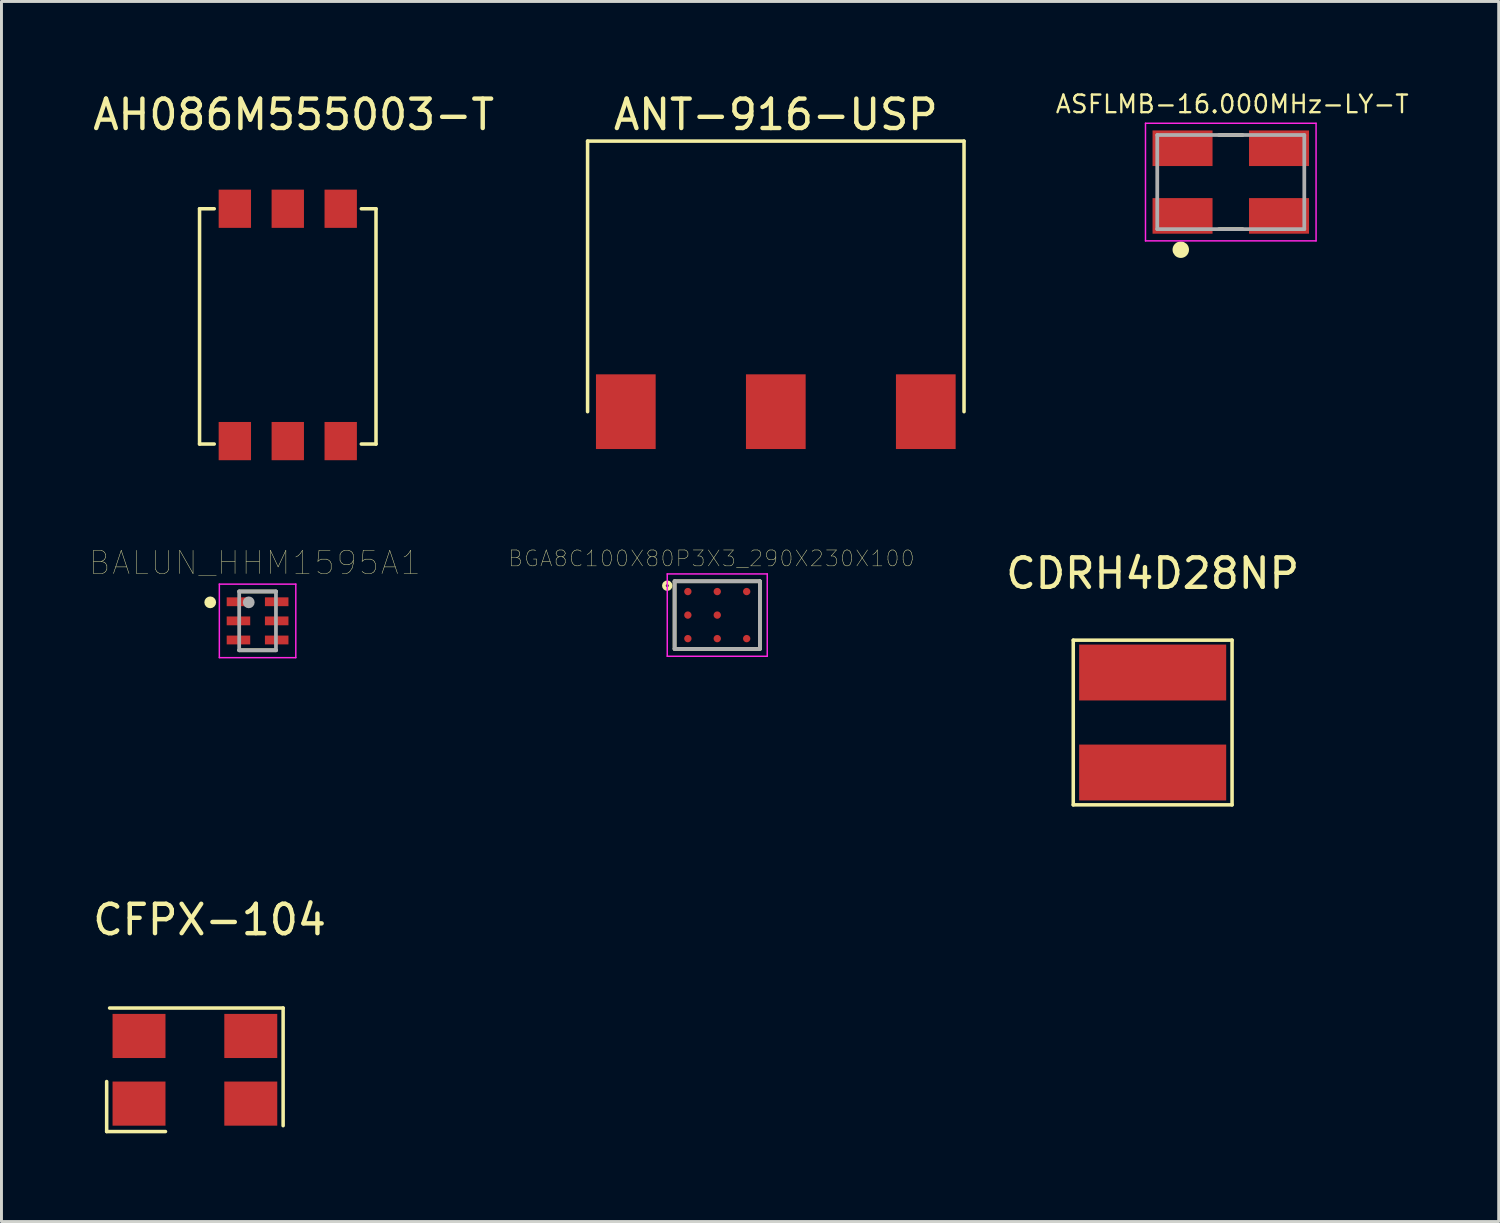
<source format=kicad_pcb>
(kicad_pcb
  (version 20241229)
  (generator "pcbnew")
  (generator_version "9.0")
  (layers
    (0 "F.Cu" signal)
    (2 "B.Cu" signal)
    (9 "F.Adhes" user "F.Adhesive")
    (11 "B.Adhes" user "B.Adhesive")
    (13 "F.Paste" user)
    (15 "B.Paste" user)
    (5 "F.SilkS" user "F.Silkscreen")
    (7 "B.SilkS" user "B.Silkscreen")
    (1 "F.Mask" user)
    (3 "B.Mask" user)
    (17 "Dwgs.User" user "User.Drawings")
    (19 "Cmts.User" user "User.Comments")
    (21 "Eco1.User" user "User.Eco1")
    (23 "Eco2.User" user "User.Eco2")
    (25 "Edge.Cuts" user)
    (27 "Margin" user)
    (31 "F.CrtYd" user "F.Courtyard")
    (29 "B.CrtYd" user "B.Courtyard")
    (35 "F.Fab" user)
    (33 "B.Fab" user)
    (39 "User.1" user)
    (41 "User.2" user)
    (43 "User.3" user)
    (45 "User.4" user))
  (footprint "AH086M555003-T"
    (layer "F.Cu")
    (at 6.735 3.048)
    (property "Reference" "AH086M555003-T" (at 0.2 -2.2 0) (layer "F.SilkS") (effects (font (size 1 1) (thickness 0.15))))
    (attr through_hole)
    (fp_line (start -3 1) (end -3 9) (stroke (width 0.12) (type solid)) (layer "F.SilkS"))
    (fp_line (start -3 9) (end -2.5 9) (stroke (width 0.12) (type solid)) (layer "F.SilkS"))
    (fp_line (start -2.5 1) (end -3 1) (stroke (width 0.12) (type solid)) (layer "F.SilkS"))
    (fp_line (start 2.5 1) (end 3 1) (stroke (width 0.12) (type solid)) (layer "F.SilkS"))
    (fp_line (start 3 1) (end 3 9) (stroke (width 0.12) (type solid)) (layer "F.SilkS"))
    (fp_line (start 3 9) (end 2.5 9) (stroke (width 0.12) (type solid)) (layer "F.SilkS"))
    (pad "" smd rect (at -1.8 1) (size 1.1 1.3) (layers "F.Cu" "F.Mask" "F.Paste"))
    (pad "" smd rect (at -1.8 8.9) (size 1.1 1.3) (layers "F.Cu" "F.Mask" "F.Paste"))
    (pad "" smd rect (at 1.8 1) (size 1.1 1.3) (layers "F.Cu" "F.Mask" "F.Paste"))
    (pad "" smd rect (at 1.8 8.9) (size 1.1 1.3) (layers "F.Cu" "F.Mask" "F.Paste"))
    (pad "1" smd rect (at 0 8.9) (size 1.1 1.3) (layers "F.Cu" "F.Mask" "F.Paste"))
    (pad "2" smd rect (at 0 1) (size 1.1 1.3) (layers "F.Cu" "F.Mask" "F.Paste")))
  (footprint "BGA8C100X80P3X3_290X230X100"
    (layer "F.Cu")
    (at 21.338 17.864)
    (property "Reference" "BGA8C100X80P3X3_290X230X100" (at -0.198 -1.923 0) (layer "F.SilkS") (effects (font (size 0.541 0.541) (thickness 0.015))))
    (attr through_hole)
    (fp_line (start -1.45 -1.15) (end 1.45 -1.15) (stroke (width 0.127) (type solid)) (layer "F.SilkS"))
    (fp_line (start -1.45 1.15) (end -1.45 -1.15) (stroke (width 0.127) (type solid)) (layer "F.SilkS"))
    (fp_line (start 1.45 -1.15) (end 1.45 1.15) (stroke (width 0.127) (type solid)) (layer "F.SilkS"))
    (fp_line (start 1.45 1.15) (end -1.45 1.15) (stroke (width 0.127) (type solid)) (layer "F.SilkS"))
    (fp_circle (center -1.7 -1) (end -1.65 -1) (stroke (width 0.127) (type solid)) (fill no) (layer "F.SilkS"))
    (fp_line (start -1.7 -1.4) (end 1.7 -1.4) (stroke (width 0.05) (type solid)) (layer "F.CrtYd"))
    (fp_line (start -1.7 1.4) (end -1.7 -1.4) (stroke (width 0.05) (type solid)) (layer "F.CrtYd"))
    (fp_line (start 1.7 -1.4) (end 1.7 1.4) (stroke (width 0.05) (type solid)) (layer "F.CrtYd"))
    (fp_line (start 1.7 1.4) (end -1.7 1.4) (stroke (width 0.05) (type solid)) (layer "F.CrtYd"))
    (fp_line (start -1.45 -1.15) (end 1.45 -1.15) (stroke (width 0.127) (type solid)) (layer "F.Fab"))
    (fp_line (start -1.45 1.15) (end -1.45 -1.15) (stroke (width 0.127) (type solid)) (layer "F.Fab"))
    (fp_line (start 1.45 -1.15) (end 1.45 1.15) (stroke (width 0.127) (type solid)) (layer "F.Fab"))
    (fp_line (start 1.45 1.15) (end -1.45 1.15) (stroke (width 0.127) (type solid)) (layer "F.Fab"))
    (pad "A1" smd circle (at -1 -0.8) (size 0.25 0.25) (layers "F.Cu" "F.Mask" "F.Paste"))
    (pad "A2" smd circle (at 0 -0.8) (size 0.25 0.25) (layers "F.Cu" "F.Mask" "F.Paste"))
    (pad "A3" smd circle (at 1 -0.8) (size 0.25 0.25) (layers "F.Cu" "F.Mask" "F.Paste"))
    (pad "B1" smd circle (at -1 0) (size 0.25 0.25) (layers "F.Cu" "F.Mask" "F.Paste"))
    (pad "B2" smd circle (at 0 0) (size 0.25 0.25) (layers "F.Cu" "F.Mask" "F.Paste"))
    (pad "C1" smd circle (at -1 0.8) (size 0.25 0.25) (layers "F.Cu" "F.Mask" "F.Paste"))
    (pad "C2" smd circle (at 0 0.8) (size 0.25 0.25) (layers "F.Cu" "F.Mask" "F.Paste"))
    (pad "C3" smd circle (at 1 0.8) (size 0.25 0.25) (layers "F.Cu" "F.Mask" "F.Paste")))
  (footprint "ANT-916-USP"
    (layer "F.Cu")
    (at 23.329 10.948)
    (property "Reference" "ANT-916-USP" (at 0 -10.1 0) (layer "F.SilkS") (effects (font (size 1 1) (thickness 0.15))))
    (attr through_hole)
    (fp_line (start -6.4 -9.2) (end 6.4 -9.2) (stroke (width 0.12) (type solid)) (layer "F.SilkS"))
    (fp_line (start -6.4 0) (end -6.4 -9.2) (stroke (width 0.12) (type solid)) (layer "F.SilkS"))
    (fp_line (start 6.4 -9.2) (end 6.4 0) (stroke (width 0.12) (type solid)) (layer "F.SilkS"))
    (pad "1" smd rect (at -5.1 0) (size 2.03 2.54) (layers "F.Cu" "F.Mask" "F.Paste"))
    (pad "2" smd rect (at 0 0) (size 2.03 2.54) (layers "F.Cu" "F.Mask" "F.Paste"))
    (pad "3" smd rect (at 5.1 0) (size 2.03 2.54) (layers "F.Cu" "F.Mask" "F.Paste")))
  (footprint "ASFLMB-16.000MHz-LY-T"
    (layer "F.Cu")
    (at 38.799 3.141)
    (property "Reference" "ASFLMB-16.000MHz-LY-T" (at 0.05 -2.65 0) (layer "F.SilkS") (effects (font (size 0.6 0.6) (thickness 0.08))))
    (attr through_hole)
    (fp_line (start -0.4 1.6) (end 0.4 1.6) (stroke (width 0.127) (type solid)) (layer "F.SilkS"))
    (fp_line (start 0.4 -1.6) (end -0.4 -1.6) (stroke (width 0.127) (type solid)) (layer "F.SilkS"))
    (fp_circle (center -1.7 2.3) (end -1.56 2.3) (stroke (width 0.28) (type solid)) (fill no) (layer "F.SilkS"))
    (fp_line (start -2.9 -2) (end -2.9 2) (stroke (width 0.05) (type solid)) (layer "F.CrtYd"))
    (fp_line (start -2.9 2) (end 2.9 2) (stroke (width 0.05) (type solid)) (layer "F.CrtYd"))
    (fp_line (start 2.9 -2) (end -2.9 -2) (stroke (width 0.05) (type solid)) (layer "F.CrtYd"))
    (fp_line (start 2.9 2) (end 2.9 -2) (stroke (width 0.05) (type solid)) (layer "F.CrtYd"))
    (fp_line (start -2.5 1.6) (end -2.5 -1.6) (stroke (width 0.127) (type solid)) (layer "F.Fab"))
    (fp_line (start -2.5 1.6) (end 2.5 1.6) (stroke (width 0.127) (type solid)) (layer "F.Fab"))
    (fp_line (start 2.5 -1.6) (end -2.5 -1.6) (stroke (width 0.127) (type solid)) (layer "F.Fab"))
    (fp_line (start 2.5 1.6) (end 2.5 -1.6) (stroke (width 0.127) (type solid)) (layer "F.Fab"))
    (pad "1" smd rect (at -1.64 1.15) (size 2.04 1.21) (layers "F.Cu" "F.Mask" "F.Paste"))
    (pad "2" smd rect (at 1.64 1.15) (size 2.04 1.21) (layers "F.Cu" "F.Mask" "F.Paste"))
    (pad "3" smd rect (at 1.64 -1.15) (size 2.04 1.21) (layers "F.Cu" "F.Mask" "F.Paste"))
    (pad "4" smd rect (at -1.64 -1.15) (size 2.04 1.21) (layers "F.Cu" "F.Mask" "F.Paste")))
  (footprint "BALUN_HHM1595A1"
    (layer "F.Cu")
    (at 5.708 18.061)
    (property "Reference" "BALUN_HHM1595A1" (at -0.09 -1.974 0) (layer "F.SilkS") (effects (font (size 0.789 0.789) (thickness 0.015))))
    (attr through_hole)
    (fp_line (start -0.625 1) (end 0.625 1) (stroke (width 0.127) (type solid)) (layer "F.SilkS"))
    (fp_line (start 0.625 -1) (end -0.625 -1) (stroke (width 0.127) (type solid)) (layer "F.SilkS"))
    (fp_circle (center -1.61 -0.63) (end -1.51 -0.63) (stroke (width 0.2) (type solid)) (fill no) (layer "F.SilkS"))
    (fp_line (start -1.3 -1.25) (end 1.3 -1.25) (stroke (width 0.05) (type solid)) (layer "F.CrtYd"))
    (fp_line (start -1.3 1.25) (end -1.3 -1.25) (stroke (width 0.05) (type solid)) (layer "F.CrtYd"))
    (fp_line (start 1.3 -1.25) (end 1.3 1.25) (stroke (width 0.05) (type solid)) (layer "F.CrtYd"))
    (fp_line (start 1.3 1.25) (end -1.3 1.25) (stroke (width 0.05) (type solid)) (layer "F.CrtYd"))
    (fp_line (start -0.625 -1) (end 0.625 -1) (stroke (width 0.127) (type solid)) (layer "F.Fab"))
    (fp_line (start -0.625 1) (end -0.625 -1) (stroke (width 0.127) (type solid)) (layer "F.Fab"))
    (fp_line (start 0.625 -1) (end 0.625 1) (stroke (width 0.127) (type solid)) (layer "F.Fab"))
    (fp_line (start 0.625 1) (end -0.625 1) (stroke (width 0.127) (type solid)) (layer "F.Fab"))
    (fp_circle (center -0.3 -0.63) (end -0.2 -0.63) (stroke (width 0.2) (type solid)) (fill no) (layer "F.Fab"))
    (pad "1" smd rect (at -0.65 -0.65) (size 0.8 0.3) (layers "F.Cu" "F.Mask" "F.Paste"))
    (pad "2" smd rect (at -0.65 0) (size 0.8 0.3) (layers "F.Cu" "F.Mask" "F.Paste"))
    (pad "3" smd rect (at -0.65 0.65) (size 0.8 0.3) (layers "F.Cu" "F.Mask" "F.Paste"))
    (pad "4" smd rect (at 0.65 0.65) (size 0.8 0.3) (layers "F.Cu" "F.Mask" "F.Paste"))
    (pad "5" smd rect (at 0.65 0) (size 0.8 0.3) (layers "F.Cu" "F.Mask" "F.Paste"))
    (pad "6" smd rect (at 0.65 -0.65) (size 0.8 0.3) (layers "F.Cu" "F.Mask" "F.Paste")))
  (footprint "CDRH4D28NP"
    (layer "F.Cu")
    (at 36.143 18.317)
    (property "Reference" "CDRH4D28NP" (at 0 -1.87 0) (layer "F.SilkS") (effects (font (size 1 1) (thickness 0.15))))
    (attr through_hole)
    (fp_line (start -2.7 0.4) (end 2.7 0.4) (stroke (width 0.12) (type solid)) (layer "F.SilkS"))
    (fp_line (start -2.7 6) (end -2.7 0.4) (stroke (width 0.12) (type solid)) (layer "F.SilkS"))
    (fp_line (start 2.7 0.4) (end 2.7 6) (stroke (width 0.12) (type solid)) (layer "F.SilkS"))
    (fp_line (start 2.7 6) (end -2.7 6) (stroke (width 0.12) (type solid)) (layer "F.SilkS"))
    (pad "1" smd rect (at 0 1.5) (size 5 1.9) (layers "F.Cu" "F.Mask" "F.Paste"))
    (pad "2" smd rect (at 0 4.9) (size 5 1.9) (layers "F.Cu" "F.Mask" "F.Paste")))
  (footprint "CFPX-104"
    (layer "F.Cu")
    (at 3.577 33.325)
    (property "Reference" "CFPX-104" (at 0.5 -5.1 0) (layer "F.SilkS") (effects (font (size 1 1) (thickness 0.15))))
    (attr through_hole)
    (fp_line (start -3 0.4) (end -3 2.1) (stroke (width 0.12) (type solid)) (layer "F.SilkS"))
    (fp_line (start -3 2.1) (end -1 2.1) (stroke (width 0.12) (type solid)) (layer "F.SilkS"))
    (fp_line (start -2.9 -2.1) (end 3 -2.1) (stroke (width 0.12) (type solid)) (layer "F.SilkS"))
    (fp_line (start 3 -2.1) (end 3 1.9) (stroke (width 0.12) (type solid)) (layer "F.SilkS"))
    (pad "1" smd rect (at -1.9 1.15) (size 1.8 1.5) (layers "F.Cu" "F.Mask" "F.Paste"))
    (pad "2" smd rect (at 1.9 1.15) (size 1.8 1.5) (layers "F.Cu" "F.Mask" "F.Paste"))
    (pad "3" smd rect (at 1.9 -1.15) (size 1.8 1.5) (layers "F.Cu" "F.Mask" "F.Paste"))
    (pad "4" smd rect (at -1.9 -1.15) (size 1.8 1.5) (layers "F.Cu" "F.Mask" "F.Paste")))
  (gr_rect
    (start -3 -3)
    (end 47.909 38.485)
    (stroke (width 0.1) (type default))
    (fill no)
    (layer "Edge.Cuts")))
</source>
